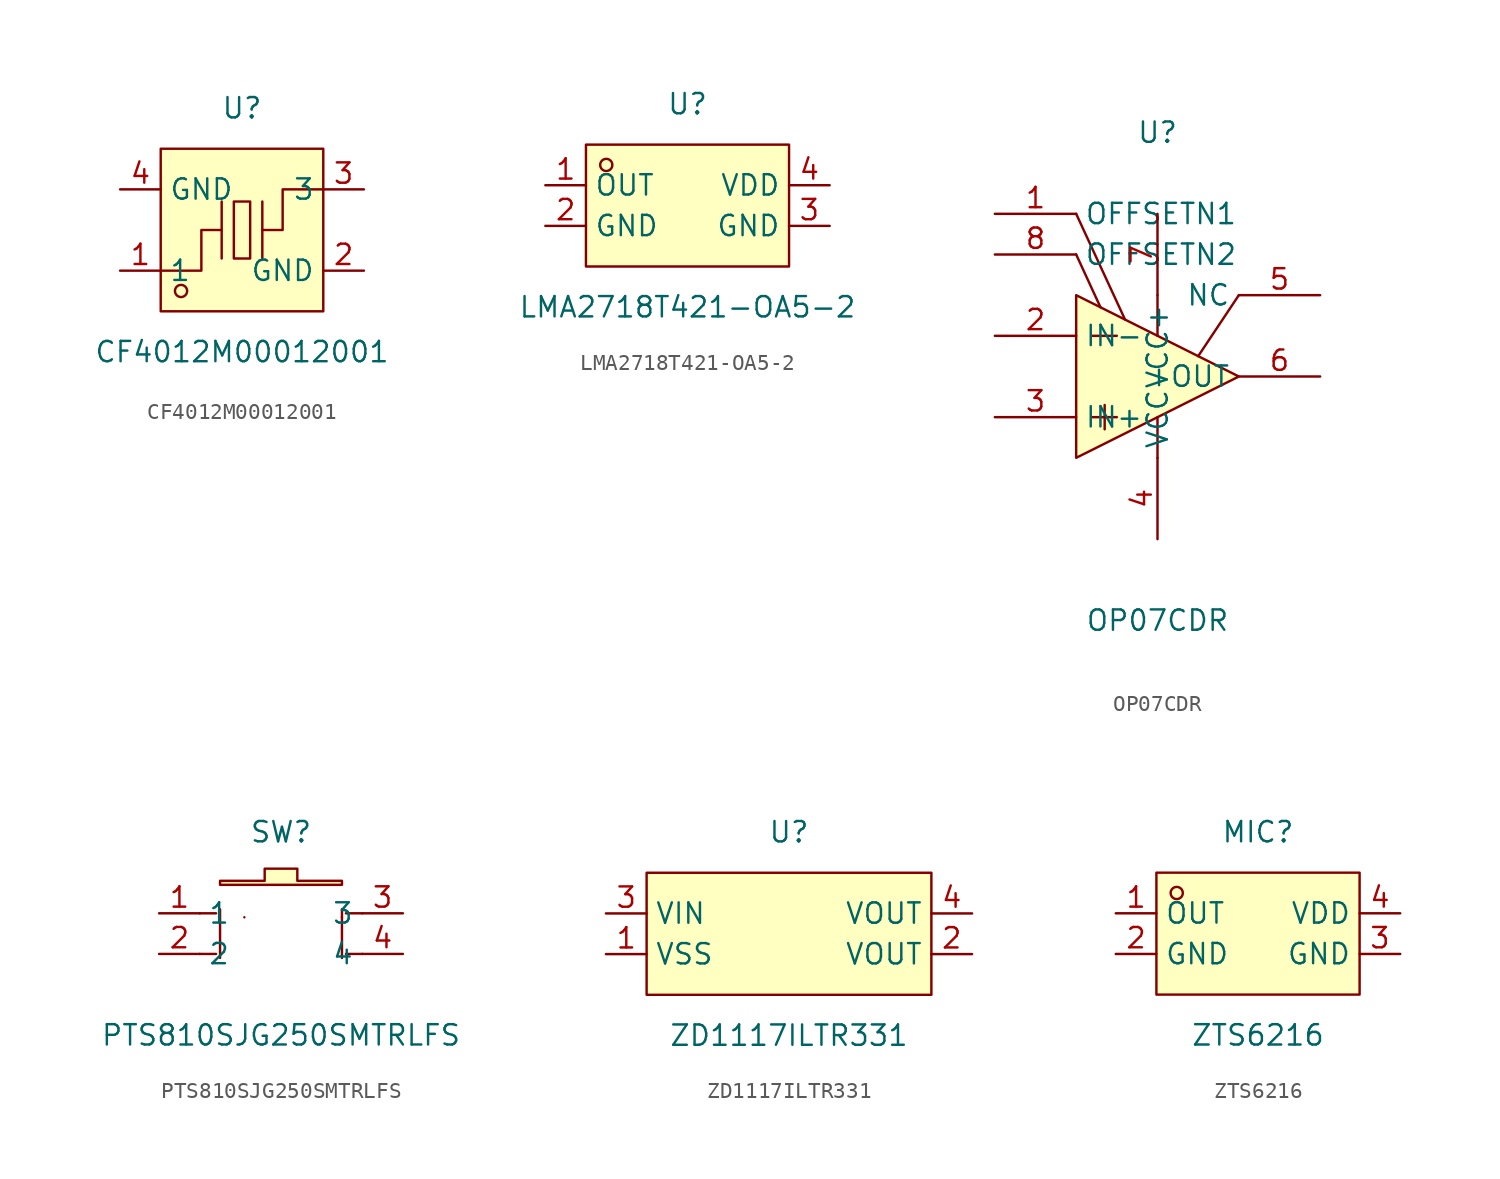
<source format=kicad_sym>
(kicad_symbol_lib
  (version 20211014)
  (generator https://github.com/uPesy/easyeda2kicad.py)
  (symbol "CF4012M00012001"
    (property "Reference" "U"
      (at 0 7.62 0)
      (effects (font (size 1.27 1.27))))
    (property "Value" "CF4012M00012001"
      (at 0 -7.62 0)
      (effects (font (size 1.27 1.27))))
    (symbol "CF4012M00012001_0_1"
      (rectangle (start -5.08 5.08) (end 5.08 -5.08) (stroke (width 0) (type default) (color 0 0 0 0)) (fill (type background)))
      (rectangle (start -0.51 1.78) (end 0.51 -1.78) (stroke (width 0) (type default) (color 0 0 0 0)) (fill (type background)))
      (circle (center -3.81 -3.81) (radius 0.38) (stroke (width 0) (type default) (color 0 0 0 0)) (fill (type none)))
      (polyline (pts (xy -1.27 -1.78) (xy -1.27 1.78)) (stroke (width 0) (type default) (color 0 0 0 0)) (fill (type none)))
      (polyline (pts (xy 1.27 -1.78) (xy 1.27 1.78)) (stroke (width 0) (type default) (color 0 0 0 0)) (fill (type none)))
      (polyline (pts (xy -5.08 -2.54) (xy -2.54 -2.54) (xy -2.54 -0.00) (xy -1.27 -0.00)) (stroke (width 0) (type default) (color 0 0 0 0)) (fill (type none)))
      (polyline (pts (xy 5.08 2.54) (xy 2.54 2.54) (xy 2.54 -0.00) (xy 1.27 -0.00)) (stroke (width 0) (type default) (color 0 0 0 0)) (fill (type none)))
      (pin input line (at -7.62 -2.54 0) (length 2.54) (name "1" (effects (font (size 1.27 1.27)))) (number "1" (effects (font (size 1.27 1.27)))))
      (pin input line (at 7.62 2.54 180) (length 2.54) (name "3" (effects (font (size 1.27 1.27)))) (number "3" (effects (font (size 1.27 1.27)))))
      (pin input line (at -7.62 2.54 0) (length 2.54) (name "GND" (effects (font (size 1.27 1.27)))) (number "4" (effects (font (size 1.27 1.27)))))
      (pin input line (at 7.62 -2.54 180) (length 2.54) (name "GND" (effects (font (size 1.27 1.27)))) (number "2" (effects (font (size 1.27 1.27)))))))
  (symbol "LMA2718T421-OA5-2"
    (property "Reference" "U"
      (at 0 6.35 0)
      (effects (font (size 1.27 1.27))))
    (property "Value" "LMA2718T421-OA5-2"
      (at 0 -6.35 0)
      (effects (font (size 1.27 1.27))))
    (symbol "LMA2718T421-OA5-2_0_1"
      (rectangle (start -6.35 3.81) (end 6.35 -3.81) (stroke (width 0) (type default) (color 0 0 0 0)) (fill (type background)))
      (circle (center -5.08 2.54) (radius 0.38) (stroke (width 0) (type default) (color 0 0 0 0)) (fill (type none)))
      (pin unspecified line (at -8.89 1.27 0) (length 2.54) (name "OUT" (effects (font (size 1.27 1.27)))) (number "1" (effects (font (size 1.27 1.27)))))
      (pin unspecified line (at -8.89 -1.27 0) (length 2.54) (name "GND" (effects (font (size 1.27 1.27)))) (number "2" (effects (font (size 1.27 1.27)))))
      (pin unspecified line (at 8.89 -1.27 180) (length 2.54) (name "GND" (effects (font (size 1.27 1.27)))) (number "3" (effects (font (size 1.27 1.27)))))
      (pin unspecified line (at 8.89 1.27 180) (length 2.54) (name "VDD" (effects (font (size 1.27 1.27)))) (number "4" (effects (font (size 1.27 1.27)))))))
  (symbol "OP07CDR"
    (property "Reference" "U"
      (at 0 13.97 0)
      (effects (font (size 1.27 1.27))))
    (property "Value" "OP07CDR"
      (at 0 -16.51 0)
      (effects (font (size 1.27 1.27))))
    (symbol "OP07CDR_0_1"
      (polyline (pts (xy -5.08 -6.35) (xy 5.08 -1.27) (xy -5.08 3.81) (xy -5.08 -6.35)) (stroke (width 0) (type default) (color 0 0 0 0)) (fill (type background)))
      (polyline (pts (xy -4.06 1.27) (xy -2.54 1.27)) (stroke (width 0) (type default) (color 0 0 0 0)) (fill (type none)))
      (polyline (pts (xy -4.06 -3.81) (xy -2.54 -3.81)) (stroke (width 0) (type default) (color 0 0 0 0)) (fill (type none)))
      (polyline (pts (xy -3.30 -3.05) (xy -3.30 -4.57)) (stroke (width 0) (type default) (color 0 0 0 0)) (fill (type none)))
      (polyline (pts (xy 0.00 3.81) (xy 0.00 1.27)) (stroke (width 0) (type default) (color 0 0 0 0)) (fill (type none)))
      (polyline (pts (xy 0.00 -3.81) (xy 0.00 -6.35)) (stroke (width 0) (type default) (color 0 0 0 0)) (fill (type none)))
      (polyline (pts (xy 5.08 3.81) (xy 2.54 -0.00)) (stroke (width 0) (type default) (color 0 0 0 0)) (fill (type none)))
      (polyline (pts (xy -3.56 3.05) (xy -5.08 6.35)) (stroke (width 0) (type default) (color 0 0 0 0)) (fill (type none)))
      (polyline (pts (xy -2.03 2.29) (xy -5.08 8.89)) (stroke (width 0) (type default) (color 0 0 0 0)) (fill (type none)))
      (pin unspecified line (at -10.16 8.89 0) (length 5.08) (name "OFFSETN1" (effects (font (size 1.27 1.27)))) (number "1" (effects (font (size 1.27 1.27)))))
      (pin unspecified line (at -10.16 1.27 0) (length 5.08) (name "IN-" (effects (font (size 1.27 1.27)))) (number "2" (effects (font (size 1.27 1.27)))))
      (pin unspecified line (at -10.16 -3.81 0) (length 5.08) (name "IN+" (effects (font (size 1.27 1.27)))) (number "3" (effects (font (size 1.27 1.27)))))
      (pin power_in line (at 0.00 -11.43 90) (length 5.08) (name "VCC-" (effects (font (size 1.27 1.27)))) (number "4" (effects (font (size 1.27 1.27)))))
      (pin unspecified line (at 10.16 3.81 180) (length 5.08) (name "NC" (effects (font (size 1.27 1.27)))) (number "5" (effects (font (size 1.27 1.27)))))
      (pin output line (at 10.16 -1.27 180) (length 5.08) (name "OUT" (effects (font (size 1.27 1.27)))) (number "6" (effects (font (size 1.27 1.27)))))
      (pin power_in line (at 0.00 8.89 270) (length 5.08) (name "VCC+" (effects (font (size 1.27 1.27)))) (number "7" (effects (font (size 1.27 1.27)))))
      (pin unspecified line (at -10.16 6.35 0) (length 5.08) (name "OFFSETN2" (effects (font (size 1.27 1.27)))) (number "8" (effects (font (size 1.27 1.27)))))))
  (symbol "PTS810SJG250SMTRLFS"
    (property "Reference" "SW"
      (at 0 5.08 0)
      (effects (font (size 1.27 1.27))))
    (property "Value" "PTS810SJG250SMTRLFS"
      (at 0 -7.62 0)
      (effects (font (size 1.27 1.27))))
    (symbol "PTS810SJG250SMTRLFS_0_1"
      (arc (start -2.29 -0.25) (mid -2.29 -0.18) (end -2.29 -0.25) (stroke (width 0) (type default) (color 0 0 0 0)) (fill (type none)))
      (arc (start 3.81 -0.25) (mid 3.81 -0.18) (end 3.81 -0.25) (stroke (width 0) (type default) (color 0 0 0 0)) (fill (type none)))
      (arc (start -2.29 2.79) (mid -2.29 2.87) (end -2.29 2.80) (stroke (width 0) (type default) (color 0 0 0 0)) (fill (type none)))
      (arc (start 3.81 2.79) (mid 3.81 2.87) (end 3.81 2.80) (stroke (width 0) (type default) (color 0 0 0 0)) (fill (type none)))
      (polyline (pts (xy -3.81 0.25) (xy -3.81 -2.79)) (stroke (width 0) (type default) (color 0 0 0 0)) (fill (type none)))
      (polyline (pts (xy 3.81 -2.79) (xy 3.81 0.25)) (stroke (width 0) (type default) (color 0 0 0 0)) (fill (type none)))
      (polyline (pts (xy -5.08 -0.00) (xy -4.06 -0.00)) (stroke (width 0) (type default) (color 0 0 0 0)) (fill (type none)))
      (polyline (pts (xy -5.08 -2.54) (xy -4.06 -2.54)) (stroke (width 0) (type default) (color 0 0 0 0)) (fill (type none)))
      (polyline (pts (xy 5.08 -2.54) (xy 4.06 -2.54)) (stroke (width 0) (type default) (color 0 0 0 0)) (fill (type none)))
      (polyline (pts (xy 5.08 -0.00) (xy 4.06 -0.00)) (stroke (width 0) (type default) (color 0 0 0 0)) (fill (type none)))
      (polyline (pts (xy -3.81 2.03) (xy -3.81 1.78) (xy 3.81 1.78) (xy 3.81 2.03) (xy 1.02 2.03) (xy 1.02 2.79) (xy -1.02 2.79) (xy -1.02 2.03) (xy -3.81 2.03)) (stroke (width 0) (type default) (color 0 0 0 0)) (fill (type background)))
      (pin input line (at -7.62 -0.00 0) (length 2.54) (name "1" (effects (font (size 1.27 1.27)))) (number "1" (effects (font (size 1.27 1.27)))))
      (pin input line (at -7.62 -2.54 0) (length 2.54) (name "2" (effects (font (size 1.27 1.27)))) (number "2" (effects (font (size 1.27 1.27)))))
      (pin input line (at 7.62 -0.00 180) (length 2.54) (name "3" (effects (font (size 1.27 1.27)))) (number "3" (effects (font (size 1.27 1.27)))))
      (pin input line (at 7.62 -2.54 180) (length 2.54) (name "4" (effects (font (size 1.27 1.27)))) (number "4" (effects (font (size 1.27 1.27)))))))
  (symbol "ZD1117ILTR331"
    (property "Reference" "U"
      (at 0 6.35 0)
      (effects (font (size 1.27 1.27))))
    (property "Value" "ZD1117ILTR331"
      (at 0 -6.35 0)
      (effects (font (size 1.27 1.27))))
    (symbol "ZD1117ILTR331_0_1"
      (rectangle (start -8.89 3.81) (end 8.89 -3.81) (stroke (width 0) (type default) (color 0 0 0 0)) (fill (type background)))
      (pin unspecified line (at -11.43 -1.27 0) (length 2.54) (name "VSS" (effects (font (size 1.27 1.27)))) (number "1" (effects (font (size 1.27 1.27)))))
      (pin unspecified line (at 11.43 -1.27 180) (length 2.54) (name "VOUT" (effects (font (size 1.27 1.27)))) (number "2" (effects (font (size 1.27 1.27)))))
      (pin unspecified line (at -11.43 1.27 0) (length 2.54) (name "VIN" (effects (font (size 1.27 1.27)))) (number "3" (effects (font (size 1.27 1.27)))))
      (pin unspecified line (at 11.43 1.27 180) (length 2.54) (name "VOUT" (effects (font (size 1.27 1.27)))) (number "4" (effects (font (size 1.27 1.27)))))))
  (symbol "ZTS6216"
    (property "Reference" "MIC"
      (at 0 6.35 0)
      (effects (font (size 1.27 1.27))))
    (property "Value" "ZTS6216"
      (at 0 -6.35 0)
      (effects (font (size 1.27 1.27))))
    (symbol "ZTS6216_0_1"
      (rectangle (start -6.35 3.81) (end 6.35 -3.81) (stroke (width 0) (type default) (color 0 0 0 0)) (fill (type background)))
      (circle (center -5.08 2.54) (radius 0.38) (stroke (width 0) (type default) (color 0 0 0 0)) (fill (type none)))
      (pin unspecified line (at -8.89 1.27 0) (length 2.54) (name "OUT" (effects (font (size 1.27 1.27)))) (number "1" (effects (font (size 1.27 1.27)))))
      (pin unspecified line (at -8.89 -1.27 0) (length 2.54) (name "GND" (effects (font (size 1.27 1.27)))) (number "2" (effects (font (size 1.27 1.27)))))
      (pin unspecified line (at 8.89 -1.27 180) (length 2.54) (name "GND" (effects (font (size 1.27 1.27)))) (number "3" (effects (font (size 1.27 1.27)))))
      (pin unspecified line (at 8.89 1.27 180) (length 2.54) (name "VDD" (effects (font (size 1.27 1.27)))) (number "4" (effects (font (size 1.27 1.27))))))))
</source>
